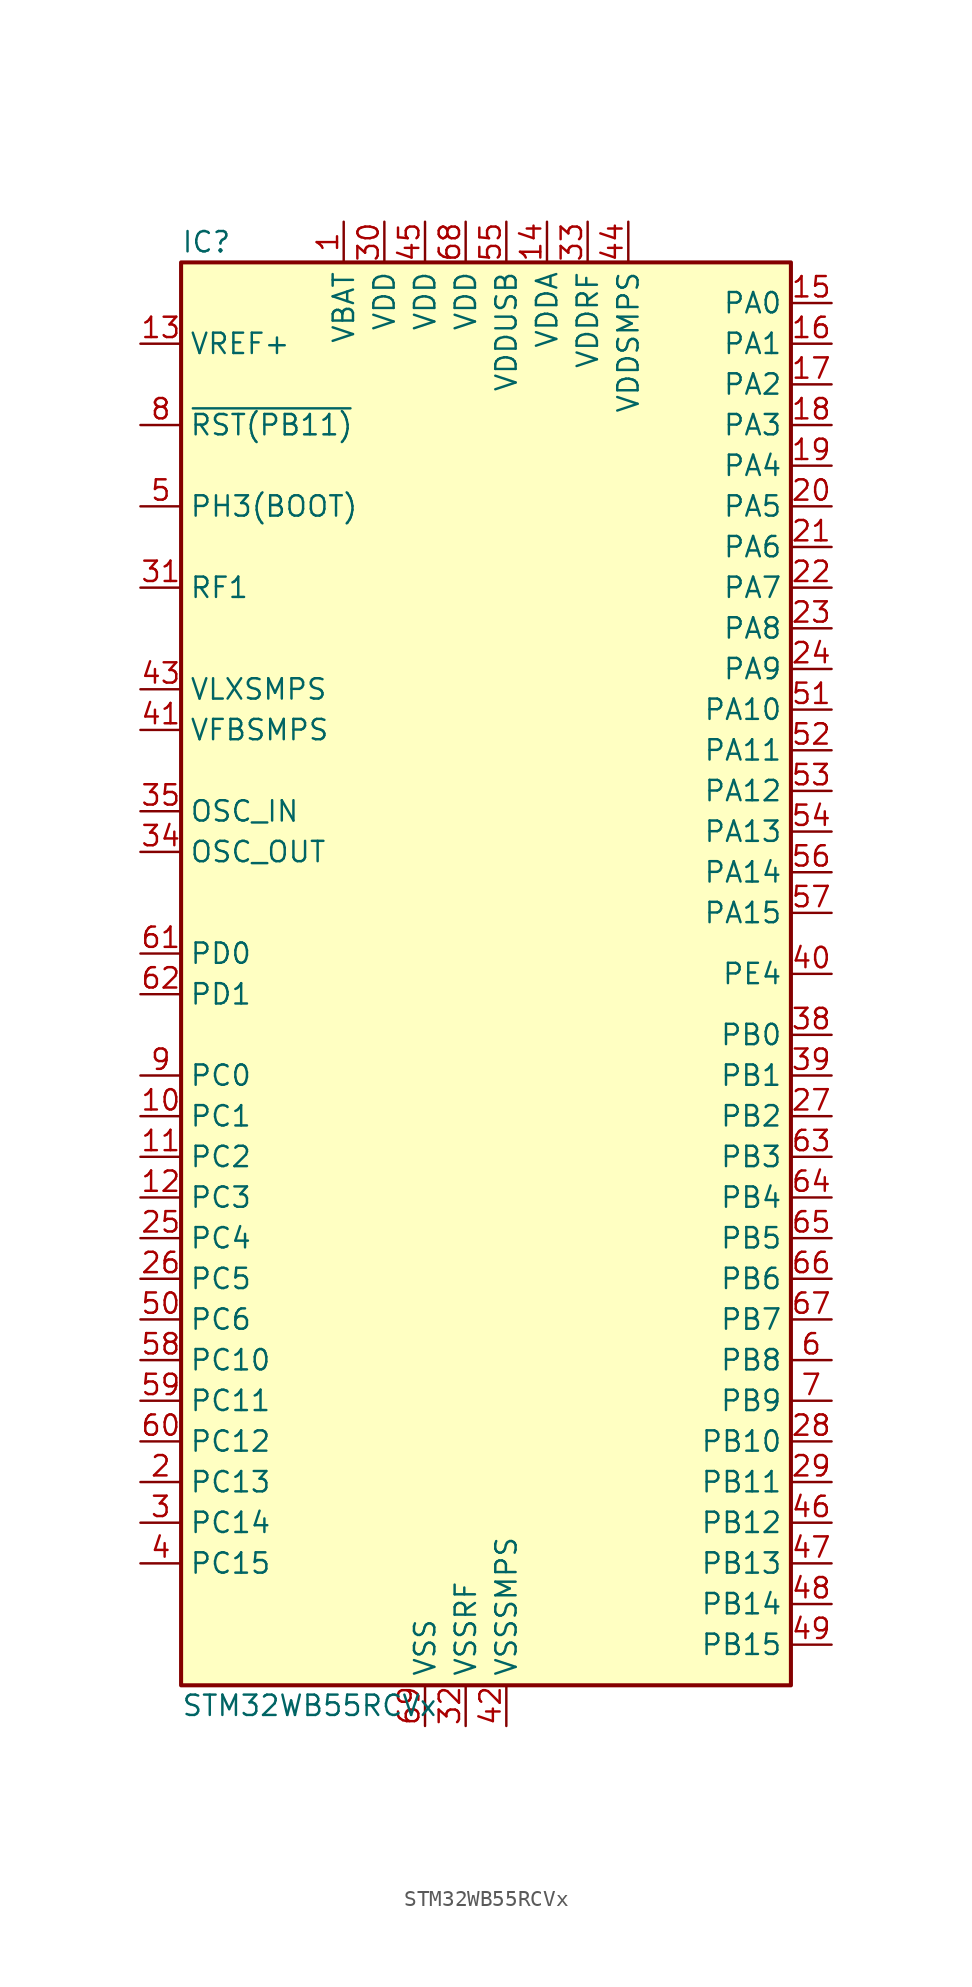
<source format=kicad_sym>
(kicad_symbol_lib
  (version 20231120)
  (generator "kicad_symbol_editor")
  (generator_version "8.0")
  (symbol "STM32WB55RCVx"
    (property "Reference" "IC"
      (at -17.78 46.99 0)
      (effects (font (size 1.27 1.27)) (justify left)))
    (property "Value" "STM32WB55RCVx"
      (at -17.78 -44.45 0)
      (effects (font (size 1.27 1.27)) (justify left)))
    (symbol "STM32WB55RCVx_0_1"
      (rectangle (start -17.78 45.72) (end 20.32 -43.18) (stroke (width 0.254) (type default)) (fill (type background))))
    (symbol "STM32WB55RCVx_1_1"
      (pin power_in line (at -7.62 48.26 270) (length 2.54) (name "VBAT" (effects (font (size 1.27 1.27)))) (number "1" (effects (font (size 1.27 1.27)))))
      (pin bidirectional line (at -20.32 -7.62 0) (length 2.54) (name "PC1" (effects (font (size 1.27 1.27)))) (number "10" (effects (font (size 1.27 1.27)))) (alternate "ADC1_IN2" bidirectional line) (alternate "I2C3_SDA" bidirectional line) (alternate "LCD_SEG19" bidirectional line) (alternate "LPTIM1_OUT" bidirectional line) (alternate "LPUART1_TX" bidirectional line) (alternate "SPI2_MOSI" bidirectional line))
      (pin bidirectional line (at -20.32 -10.16 0) (length 2.54) (name "PC2" (effects (font (size 1.27 1.27)))) (number "11" (effects (font (size 1.27 1.27)))) (alternate "ADC1_IN3" bidirectional line) (alternate "LCD_SEG20" bidirectional line) (alternate "LPTIM1_IN2" bidirectional line) (alternate "SPI2_MISO" bidirectional line))
      (pin bidirectional line (at -20.32 -12.7 0) (length 2.54) (name "PC3" (effects (font (size 1.27 1.27)))) (number "12" (effects (font (size 1.27 1.27)))) (alternate "ADC1_IN4" bidirectional line) (alternate "LCD_VLCD" bidirectional line) (alternate "LPTIM1_ETR" bidirectional line) (alternate "LPTIM2_ETR" bidirectional line) (alternate "SAI1_D1" bidirectional line) (alternate "SAI1_SD_A" bidirectional line) (alternate "SPI2_MOSI" bidirectional line))
      (pin input line (at -20.32 40.64 0) (length 2.54) (name "VREF+" (effects (font (size 1.27 1.27)))) (number "13" (effects (font (size 1.27 1.27)))) (alternate "VREFBUF_OUT" bidirectional line))
      (pin power_in line (at 5.08 48.26 270) (length 2.54) (name "VDDA" (effects (font (size 1.27 1.27)))) (number "14" (effects (font (size 1.27 1.27)))))
      (pin bidirectional line (at 22.86 43.18 180) (length 2.54) (name "PA0" (effects (font (size 1.27 1.27)))) (number "15" (effects (font (size 1.27 1.27)))) (alternate "ADC1_IN5" bidirectional line) (alternate "COMP1_INM" bidirectional line) (alternate "COMP1_OUT" bidirectional line) (alternate "RTC_TAMP2" bidirectional line) (alternate "SAI1_EXTCLK" bidirectional line) (alternate "SYS_WKUP1" bidirectional line) (alternate "TIM2_CH1" bidirectional line) (alternate "TIM2_ETR" bidirectional line))
      (pin bidirectional line (at 22.86 40.64 180) (length 2.54) (name "PA1" (effects (font (size 1.27 1.27)))) (number "16" (effects (font (size 1.27 1.27)))) (alternate "ADC1_IN6" bidirectional line) (alternate "COMP1_INP" bidirectional line) (alternate "I2C1_SMBA" bidirectional line) (alternate "LCD_SEG0" bidirectional line) (alternate "SPI1_SCK" bidirectional line) (alternate "TIM2_CH2" bidirectional line))
      (pin bidirectional line (at 22.86 38.1 180) (length 2.54) (name "PA2" (effects (font (size 1.27 1.27)))) (number "17" (effects (font (size 1.27 1.27)))) (alternate "ADC1_IN7" bidirectional line) (alternate "COMP2_INM" bidirectional line) (alternate "COMP2_OUT" bidirectional line) (alternate "LCD_SEG1" bidirectional line) (alternate "LPUART1_TX" bidirectional line) (alternate "QUADSPI_BK1_NCS" bidirectional line) (alternate "RCC_LSCO" bidirectional line) (alternate "SYS_WKUP4" bidirectional line) (alternate "TIM2_CH3" bidirectional line))
      (pin bidirectional line (at 22.86 35.56 180) (length 2.54) (name "PA3" (effects (font (size 1.27 1.27)))) (number "18" (effects (font (size 1.27 1.27)))) (alternate "ADC1_IN8" bidirectional line) (alternate "COMP2_INP" bidirectional line) (alternate "LCD_SEG2" bidirectional line) (alternate "LPUART1_RX" bidirectional line) (alternate "QUADSPI_CLK" bidirectional line) (alternate "SAI1_CK1" bidirectional line) (alternate "SAI1_MCLK_A" bidirectional line) (alternate "TIM2_CH4" bidirectional line))
      (pin bidirectional line (at 22.86 33.02 180) (length 2.54) (name "PA4" (effects (font (size 1.27 1.27)))) (number "19" (effects (font (size 1.27 1.27)))) (alternate "ADC1_IN9" bidirectional line) (alternate "COMP1_INM" bidirectional line) (alternate "COMP2_INM" bidirectional line) (alternate "LCD_SEG5" bidirectional line) (alternate "LPTIM2_OUT" bidirectional line) (alternate "SAI1_FS_B" bidirectional line) (alternate "SPI1_NSS" bidirectional line))
      (pin bidirectional line (at -20.32 -30.48 0) (length 2.54) (name "PC13" (effects (font (size 1.27 1.27)))) (number "2" (effects (font (size 1.27 1.27)))) (alternate "RTC_OUT1" bidirectional line) (alternate "RTC_TAMP1" bidirectional line) (alternate "RTC_TS" bidirectional line) (alternate "SYS_WKUP2" bidirectional line))
      (pin bidirectional line (at 22.86 30.48 180) (length 2.54) (name "PA5" (effects (font (size 1.27 1.27)))) (number "20" (effects (font (size 1.27 1.27)))) (alternate "ADC1_IN10" bidirectional line) (alternate "COMP1_INM" bidirectional line) (alternate "COMP2_INM" bidirectional line) (alternate "LPTIM2_ETR" bidirectional line) (alternate "SAI1_SD_B" bidirectional line) (alternate "SPI1_SCK" bidirectional line) (alternate "TIM2_CH1" bidirectional line) (alternate "TIM2_ETR" bidirectional line))
      (pin bidirectional line (at 22.86 27.94 180) (length 2.54) (name "PA6" (effects (font (size 1.27 1.27)))) (number "21" (effects (font (size 1.27 1.27)))) (alternate "ADC1_IN11" bidirectional line) (alternate "LCD_SEG3" bidirectional line) (alternate "LPUART1_CTS" bidirectional line) (alternate "QUADSPI_BK1_IO3" bidirectional line) (alternate "SPI1_MISO" bidirectional line) (alternate "TIM16_CH1" bidirectional line) (alternate "TIM1_BKIN" bidirectional line))
      (pin bidirectional line (at 22.86 25.4 180) (length 2.54) (name "PA7" (effects (font (size 1.27 1.27)))) (number "22" (effects (font (size 1.27 1.27)))) (alternate "ADC1_IN12" bidirectional line) (alternate "COMP2_OUT" bidirectional line) (alternate "I2C3_SCL" bidirectional line) (alternate "LCD_SEG4" bidirectional line) (alternate "QUADSPI_BK1_IO2" bidirectional line) (alternate "SPI1_MOSI" bidirectional line) (alternate "TIM17_CH1" bidirectional line) (alternate "TIM1_CH1N" bidirectional line))
      (pin bidirectional line (at 22.86 22.86 180) (length 2.54) (name "PA8" (effects (font (size 1.27 1.27)))) (number "23" (effects (font (size 1.27 1.27)))) (alternate "ADC1_IN15" bidirectional line) (alternate "LCD_COM0" bidirectional line) (alternate "LPTIM2_OUT" bidirectional line) (alternate "RCC_MCO" bidirectional line) (alternate "SAI1_CK2" bidirectional line) (alternate "SAI1_SCK_A" bidirectional line) (alternate "TIM1_CH1" bidirectional line) (alternate "USART1_CK" bidirectional line))
      (pin bidirectional line (at 22.86 20.32 180) (length 2.54) (name "PA9" (effects (font (size 1.27 1.27)))) (number "24" (effects (font (size 1.27 1.27)))) (alternate "ADC1_IN16" bidirectional line) (alternate "COMP1_INM" bidirectional line) (alternate "I2C1_SCL" bidirectional line) (alternate "LCD_COM1" bidirectional line) (alternate "SAI1_D2" bidirectional line) (alternate "SAI1_FS_A" bidirectional line) (alternate "SPI2_SCK" bidirectional line) (alternate "TIM1_CH2" bidirectional line) (alternate "USART1_TX" bidirectional line))
      (pin bidirectional line (at -20.32 -15.24 0) (length 2.54) (name "PC4" (effects (font (size 1.27 1.27)))) (number "25" (effects (font (size 1.27 1.27)))) (alternate "ADC1_IN13" bidirectional line) (alternate "COMP1_INM" bidirectional line) (alternate "LCD_SEG22" bidirectional line))
      (pin bidirectional line (at -20.32 -17.78 0) (length 2.54) (name "PC5" (effects (font (size 1.27 1.27)))) (number "26" (effects (font (size 1.27 1.27)))) (alternate "ADC1_IN14" bidirectional line) (alternate "COMP1_INP" bidirectional line) (alternate "LCD_SEG23" bidirectional line) (alternate "SAI1_D3" bidirectional line) (alternate "SYS_WKUP5" bidirectional line))
      (pin bidirectional line (at 22.86 -7.62 180) (length 2.54) (name "PB2" (effects (font (size 1.27 1.27)))) (number "27" (effects (font (size 1.27 1.27)))) (alternate "COMP1_INP" bidirectional line) (alternate "I2C3_SMBA" bidirectional line) (alternate "LCD_VLCD" bidirectional line) (alternate "LPTIM1_OUT" bidirectional line) (alternate "RTC_OUT2" bidirectional line) (alternate "SAI1_EXTCLK" bidirectional line) (alternate "SPI1_NSS" bidirectional line))
      (pin bidirectional line (at 22.86 -27.94 180) (length 2.54) (name "PB10" (effects (font (size 1.27 1.27)))) (number "28" (effects (font (size 1.27 1.27)))) (alternate "COMP1_OUT" bidirectional line) (alternate "I2C3_SCL" bidirectional line) (alternate "LCD_SEG10" bidirectional line) (alternate "LPUART1_RX" bidirectional line) (alternate "QUADSPI_CLK" bidirectional line) (alternate "SAI1_SCK_A" bidirectional line) (alternate "SPI2_SCK" bidirectional line) (alternate "TIM2_CH3" bidirectional line) (alternate "TSC_SYNC" bidirectional line))
      (pin bidirectional line (at 22.86 -30.48 180) (length 2.54) (name "PB11" (effects (font (size 1.27 1.27)))) (number "29" (effects (font (size 1.27 1.27)))) (alternate "ADC1_EXTI11" bidirectional line) (alternate "COMP2_OUT" bidirectional line) (alternate "I2C3_SDA" bidirectional line) (alternate "LCD_SEG11" bidirectional line) (alternate "LPUART1_TX" bidirectional line) (alternate "QUADSPI_BK1_NCS" bidirectional line) (alternate "TIM2_CH4" bidirectional line))
      (pin bidirectional line (at -20.32 -33.02 0) (length 2.54) (name "PC14" (effects (font (size 1.27 1.27)))) (number "3" (effects (font (size 1.27 1.27)))) (alternate "RCC_OSC32_IN" bidirectional line))
      (pin power_in line (at -5.08 48.26 270) (length 2.54) (name "VDD" (effects (font (size 1.27 1.27)))) (number "30" (effects (font (size 1.27 1.27)))))
      (pin bidirectional line (at -20.32 25.4 0) (length 2.54) (name "RF1" (effects (font (size 1.27 1.27)))) (number "31" (effects (font (size 1.27 1.27)))) (alternate "RF_RF1" bidirectional line))
      (pin passive line (at 0 -45.72 90) (length 2.54) (name "VSSRF" (effects (font (size 1.27 1.27)))) (number "32" (effects (font (size 1.27 1.27)))))
      (pin power_in line (at 7.62 48.26 270) (length 2.54) (name "VDDRF" (effects (font (size 1.27 1.27)))) (number "33" (effects (font (size 1.27 1.27)))))
      (pin input line (at -20.32 8.89 0) (length 2.54) (name "OSC_OUT" (effects (font (size 1.27 1.27)))) (number "34" (effects (font (size 1.27 1.27)))) (alternate "RCC_OSC_OUT" bidirectional line))
      (pin input line (at -20.32 11.43 0) (length 2.54) (name "OSC_IN" (effects (font (size 1.27 1.27)))) (number "35" (effects (font (size 1.27 1.27)))) (alternate "RCC_OSC_IN" bidirectional line))
      (pin no_connect line (at -17.78 -43.18 0) (length 2.54) hide (name "AT0" (effects (font (size 1.27 1.27)))) (number "36" (effects (font (size 1.27 1.27)))))
      (pin no_connect line (at -17.78 -40.64 0) (length 2.54) hide (name "AT1" (effects (font (size 1.27 1.27)))) (number "37" (effects (font (size 1.27 1.27)))))
      (pin bidirectional line (at 22.86 -2.54 180) (length 2.54) (name "PB0" (effects (font (size 1.27 1.27)))) (number "38" (effects (font (size 1.27 1.27)))) (alternate "COMP1_OUT" bidirectional line) (alternate "RF_TX_MOD_EXT_PA" bidirectional line))
      (pin bidirectional line (at 22.86 -5.08 180) (length 2.54) (name "PB1" (effects (font (size 1.27 1.27)))) (number "39" (effects (font (size 1.27 1.27)))) (alternate "LPTIM2_IN1" bidirectional line) (alternate "LPUART1_DE" bidirectional line) (alternate "LPUART1_RTS" bidirectional line))
      (pin bidirectional line (at -20.32 -35.56 0) (length 2.54) (name "PC15" (effects (font (size 1.27 1.27)))) (number "4" (effects (font (size 1.27 1.27)))) (alternate "ADC1_EXTI15" bidirectional line) (alternate "RCC_OSC32_OUT" bidirectional line))
      (pin bidirectional line (at 22.86 1.27 180) (length 2.54) (name "PE4" (effects (font (size 1.27 1.27)))) (number "40" (effects (font (size 1.27 1.27)))))
      (pin passive line (at -20.32 16.51 0) (length 2.54) (name "VFBSMPS" (effects (font (size 1.27 1.27)))) (number "41" (effects (font (size 1.27 1.27)))))
      (pin passive line (at 2.54 -45.72 90) (length 2.54) (name "VSSSMPS" (effects (font (size 1.27 1.27)))) (number "42" (effects (font (size 1.27 1.27)))))
      (pin passive line (at -20.32 19.05 0) (length 2.54) (name "VLXSMPS" (effects (font (size 1.27 1.27)))) (number "43" (effects (font (size 1.27 1.27)))))
      (pin power_in line (at 10.16 48.26 270) (length 2.54) (name "VDDSMPS" (effects (font (size 1.27 1.27)))) (number "44" (effects (font (size 1.27 1.27)))))
      (pin power_in line (at -2.54 48.26 270) (length 2.54) (name "VDD" (effects (font (size 1.27 1.27)))) (number "45" (effects (font (size 1.27 1.27)))))
      (pin bidirectional line (at 22.86 -33.02 180) (length 2.54) (name "PB12" (effects (font (size 1.27 1.27)))) (number "46" (effects (font (size 1.27 1.27)))) (alternate "I2C3_SMBA" bidirectional line) (alternate "LCD_SEG12" bidirectional line) (alternate "LPUART1_DE" bidirectional line) (alternate "LPUART1_RTS" bidirectional line) (alternate "SAI1_FS_A" bidirectional line) (alternate "SPI2_NSS" bidirectional line) (alternate "TIM1_BKIN" bidirectional line) (alternate "TSC_G1_IO1" bidirectional line))
      (pin bidirectional line (at 22.86 -35.56 180) (length 2.54) (name "PB13" (effects (font (size 1.27 1.27)))) (number "47" (effects (font (size 1.27 1.27)))) (alternate "I2C3_SCL" bidirectional line) (alternate "LCD_SEG13" bidirectional line) (alternate "LPUART1_CTS" bidirectional line) (alternate "SAI1_SCK_A" bidirectional line) (alternate "SPI2_SCK" bidirectional line) (alternate "TIM1_CH1N" bidirectional line) (alternate "TSC_G1_IO2" bidirectional line))
      (pin bidirectional line (at 22.86 -38.1 180) (length 2.54) (name "PB14" (effects (font (size 1.27 1.27)))) (number "48" (effects (font (size 1.27 1.27)))) (alternate "I2C3_SDA" bidirectional line) (alternate "LCD_SEG14" bidirectional line) (alternate "SAI1_MCLK_A" bidirectional line) (alternate "SPI2_MISO" bidirectional line) (alternate "TIM1_CH2N" bidirectional line) (alternate "TSC_G1_IO3" bidirectional line))
      (pin bidirectional line (at 22.86 -40.64 180) (length 2.54) (name "PB15" (effects (font (size 1.27 1.27)))) (number "49" (effects (font (size 1.27 1.27)))) (alternate "ADC1_EXTI15" bidirectional line) (alternate "LCD_SEG15" bidirectional line) (alternate "RTC_REFIN" bidirectional line) (alternate "SAI1_SD_A" bidirectional line) (alternate "SPI2_MOSI" bidirectional line) (alternate "TIM1_CH3N" bidirectional line) (alternate "TSC_G1_IO4" bidirectional line))
      (pin bidirectional line (at -20.32 30.48 0) (length 2.54) (name "PH3(BOOT)" (effects (font (size 1.27 1.27)))) (number "5" (effects (font (size 1.27 1.27)))) (alternate "RCC_LSCO" bidirectional line))
      (pin bidirectional line (at -20.32 -20.32 0) (length 2.54) (name "PC6" (effects (font (size 1.27 1.27)))) (number "50" (effects (font (size 1.27 1.27)))) (alternate "LCD_SEG24" bidirectional line))
      (pin bidirectional line (at 22.86 17.78 180) (length 2.54) (name "PA10" (effects (font (size 1.27 1.27)))) (number "51" (effects (font (size 1.27 1.27)))) (alternate "CRS_SYNC" bidirectional line) (alternate "I2C1_SDA" bidirectional line) (alternate "LCD_COM2" bidirectional line) (alternate "SAI1_D1" bidirectional line) (alternate "SAI1_SD_A" bidirectional line) (alternate "TIM17_BKIN" bidirectional line) (alternate "TIM1_CH3" bidirectional line) (alternate "USART1_RX" bidirectional line))
      (pin bidirectional line (at 22.86 15.24 180) (length 2.54) (name "PA11" (effects (font (size 1.27 1.27)))) (number "52" (effects (font (size 1.27 1.27)))) (alternate "ADC1_EXTI11" bidirectional line) (alternate "SPI1_MISO" bidirectional line) (alternate "TIM1_BKIN2" bidirectional line) (alternate "TIM1_CH4" bidirectional line) (alternate "USART1_CTS" bidirectional line) (alternate "USART1_NSS" bidirectional line) (alternate "USB_DM" bidirectional line))
      (pin bidirectional line (at 22.86 12.7 180) (length 2.54) (name "PA12" (effects (font (size 1.27 1.27)))) (number "53" (effects (font (size 1.27 1.27)))) (alternate "LPUART1_RX" bidirectional line) (alternate "SPI1_MOSI" bidirectional line) (alternate "TIM1_ETR" bidirectional line) (alternate "USART1_DE" bidirectional line) (alternate "USART1_RTS" bidirectional line) (alternate "USB_DP" bidirectional line))
      (pin bidirectional line (at 22.86 10.16 180) (length 2.54) (name "PA13" (effects (font (size 1.27 1.27)))) (number "54" (effects (font (size 1.27 1.27)))) (alternate "IR_OUT" bidirectional line) (alternate "SAI1_SD_B" bidirectional line) (alternate "SYS_JTMS-SWDIO" bidirectional line) (alternate "USB_NOE" bidirectional line))
      (pin power_in line (at 2.54 48.26 270) (length 2.54) (name "VDDUSB" (effects (font (size 1.27 1.27)))) (number "55" (effects (font (size 1.27 1.27)))))
      (pin bidirectional line (at 22.86 7.62 180) (length 2.54) (name "PA14" (effects (font (size 1.27 1.27)))) (number "56" (effects (font (size 1.27 1.27)))) (alternate "I2C1_SMBA" bidirectional line) (alternate "LCD_SEG5" bidirectional line) (alternate "LPTIM1_OUT" bidirectional line) (alternate "SAI1_FS_B" bidirectional line) (alternate "SYS_JTCK-SWCLK" bidirectional line))
      (pin bidirectional line (at 22.86 5.08 180) (length 2.54) (name "PA15" (effects (font (size 1.27 1.27)))) (number "57" (effects (font (size 1.27 1.27)))) (alternate "ADC1_EXTI15" bidirectional line) (alternate "LCD_SEG17" bidirectional line) (alternate "RCC_MCO" bidirectional line) (alternate "SPI1_NSS" bidirectional line) (alternate "SYS_JTDI" bidirectional line) (alternate "TIM2_CH1" bidirectional line) (alternate "TIM2_ETR" bidirectional line) (alternate "TSC_G3_IO1" bidirectional line))
      (pin bidirectional line (at -20.32 -22.86 0) (length 2.54) (name "PC10" (effects (font (size 1.27 1.27)))) (number "58" (effects (font (size 1.27 1.27)))) (alternate "LCD_COM4" bidirectional line) (alternate "LCD_SEG28" bidirectional line) (alternate "LCD_SEG40" bidirectional line) (alternate "SYS_TRACED1" bidirectional line) (alternate "TSC_G3_IO2" bidirectional line))
      (pin bidirectional line (at -20.32 -25.4 0) (length 2.54) (name "PC11" (effects (font (size 1.27 1.27)))) (number "59" (effects (font (size 1.27 1.27)))) (alternate "ADC1_EXTI11" bidirectional line) (alternate "LCD_COM5" bidirectional line) (alternate "LCD_SEG29" bidirectional line) (alternate "LCD_SEG41" bidirectional line) (alternate "TSC_G3_IO3" bidirectional line))
      (pin bidirectional line (at 22.86 -22.86 180) (length 2.54) (name "PB8" (effects (font (size 1.27 1.27)))) (number "6" (effects (font (size 1.27 1.27)))) (alternate "I2C1_SCL" bidirectional line) (alternate "LCD_SEG16" bidirectional line) (alternate "QUADSPI_BK1_IO1" bidirectional line) (alternate "SAI1_CK1" bidirectional line) (alternate "SAI1_MCLK_A" bidirectional line) (alternate "TIM16_CH1" bidirectional line) (alternate "TIM1_CH2N" bidirectional line))
      (pin bidirectional line (at -20.32 -27.94 0) (length 2.54) (name "PC12" (effects (font (size 1.27 1.27)))) (number "60" (effects (font (size 1.27 1.27)))) (alternate "LCD_COM6" bidirectional line) (alternate "LCD_SEG30" bidirectional line) (alternate "LCD_SEG42" bidirectional line) (alternate "RCC_LSCO" bidirectional line) (alternate "RTC_TAMP3" bidirectional line) (alternate "SYS_TRACED3" bidirectional line) (alternate "SYS_WKUP3" bidirectional line) (alternate "TSC_G3_IO4" bidirectional line))
      (pin bidirectional line (at -20.32 2.54 0) (length 2.54) (name "PD0" (effects (font (size 1.27 1.27)))) (number "61" (effects (font (size 1.27 1.27)))) (alternate "SPI2_NSS" bidirectional line))
      (pin bidirectional line (at -20.32 0 0) (length 2.54) (name "PD1" (effects (font (size 1.27 1.27)))) (number "62" (effects (font (size 1.27 1.27)))) (alternate "SPI2_SCK" bidirectional line))
      (pin bidirectional line (at 22.86 -10.16 180) (length 2.54) (name "PB3" (effects (font (size 1.27 1.27)))) (number "63" (effects (font (size 1.27 1.27)))) (alternate "COMP2_INM" bidirectional line) (alternate "LCD_SEG7" bidirectional line) (alternate "SAI1_SCK_B" bidirectional line) (alternate "SPI1_SCK" bidirectional line) (alternate "SYS_JTDO-SWO" bidirectional line) (alternate "TIM2_CH2" bidirectional line) (alternate "USART1_DE" bidirectional line) (alternate "USART1_RTS" bidirectional line))
      (pin bidirectional line (at 22.86 -12.7 180) (length 2.54) (name "PB4" (effects (font (size 1.27 1.27)))) (number "64" (effects (font (size 1.27 1.27)))) (alternate "COMP2_INP" bidirectional line) (alternate "I2C3_SDA" bidirectional line) (alternate "LCD_SEG8" bidirectional line) (alternate "SAI1_MCLK_B" bidirectional line) (alternate "SPI1_MISO" bidirectional line) (alternate "SYS_JTRST" bidirectional line) (alternate "TIM17_BKIN" bidirectional line) (alternate "TSC_G2_IO1" bidirectional line) (alternate "USART1_CTS" bidirectional line) (alternate "USART1_NSS" bidirectional line))
      (pin bidirectional line (at 22.86 -15.24 180) (length 2.54) (name "PB5" (effects (font (size 1.27 1.27)))) (number "65" (effects (font (size 1.27 1.27)))) (alternate "COMP2_OUT" bidirectional line) (alternate "I2C1_SMBA" bidirectional line) (alternate "LCD_SEG9" bidirectional line) (alternate "LPTIM1_IN1" bidirectional line) (alternate "LPUART1_TX" bidirectional line) (alternate "SAI1_SD_B" bidirectional line) (alternate "SPI1_MOSI" bidirectional line) (alternate "TIM16_BKIN" bidirectional line) (alternate "TSC_G2_IO2" bidirectional line) (alternate "USART1_CK" bidirectional line))
      (pin bidirectional line (at 22.86 -17.78 180) (length 2.54) (name "PB6" (effects (font (size 1.27 1.27)))) (number "66" (effects (font (size 1.27 1.27)))) (alternate "COMP2_INP" bidirectional line) (alternate "I2C1_SCL" bidirectional line) (alternate "LCD_SEG6" bidirectional line) (alternate "LPTIM1_ETR" bidirectional line) (alternate "RCC_MCO" bidirectional line) (alternate "SAI1_FS_B" bidirectional line) (alternate "TIM16_CH1N" bidirectional line) (alternate "TSC_G2_IO3" bidirectional line) (alternate "USART1_TX" bidirectional line))
      (pin bidirectional line (at 22.86 -20.32 180) (length 2.54) (name "PB7" (effects (font (size 1.27 1.27)))) (number "67" (effects (font (size 1.27 1.27)))) (alternate "COMP2_INM" bidirectional line) (alternate "I2C1_SDA" bidirectional line) (alternate "LCD_SEG21" bidirectional line) (alternate "LPTIM1_IN2" bidirectional line) (alternate "SYS_PVD_IN" bidirectional line) (alternate "TIM17_CH1N" bidirectional line) (alternate "TIM1_BKIN" bidirectional line) (alternate "TSC_G2_IO4" bidirectional line) (alternate "USART1_RX" bidirectional line))
      (pin power_in line (at 0 48.26 270) (length 2.54) (name "VDD" (effects (font (size 1.27 1.27)))) (number "68" (effects (font (size 1.27 1.27)))))
      (pin passive line (at -2.54 -45.72 90) (length 2.54) (name "VSS" (effects (font (size 1.27 1.27)))) (number "69" (effects (font (size 1.27 1.27)))))
      (pin bidirectional line (at 22.86 -25.4 180) (length 2.54) (name "PB9" (effects (font (size 1.27 1.27)))) (number "7" (effects (font (size 1.27 1.27)))) (alternate "I2C1_SDA" bidirectional line) (alternate "IR_OUT" bidirectional line) (alternate "LCD_COM3" bidirectional line) (alternate "QUADSPI_BK1_IO0" bidirectional line) (alternate "SAI1_D2" bidirectional line) (alternate "SAI1_FS_A" bidirectional line) (alternate "SPI2_NSS" bidirectional line) (alternate "TIM17_CH1" bidirectional line) (alternate "TIM1_CH3N" bidirectional line))
      (pin input line (at -20.32 35.56 0) (length 2.54) (name "~{RST(PB11)}" (effects (font (size 1.27 1.27)))) (number "8" (effects (font (size 1.27 1.27)))))
      (pin bidirectional line (at -20.32 -5.08 0) (length 2.54) (name "PC0" (effects (font (size 1.27 1.27)))) (number "9" (effects (font (size 1.27 1.27)))) (alternate "ADC1_IN1" bidirectional line) (alternate "I2C3_SCL" bidirectional line) (alternate "LCD_SEG18" bidirectional line) (alternate "LPTIM1_IN1" bidirectional line) (alternate "LPTIM2_IN1" bidirectional line) (alternate "LPUART1_RX" bidirectional line)))))
</source>
